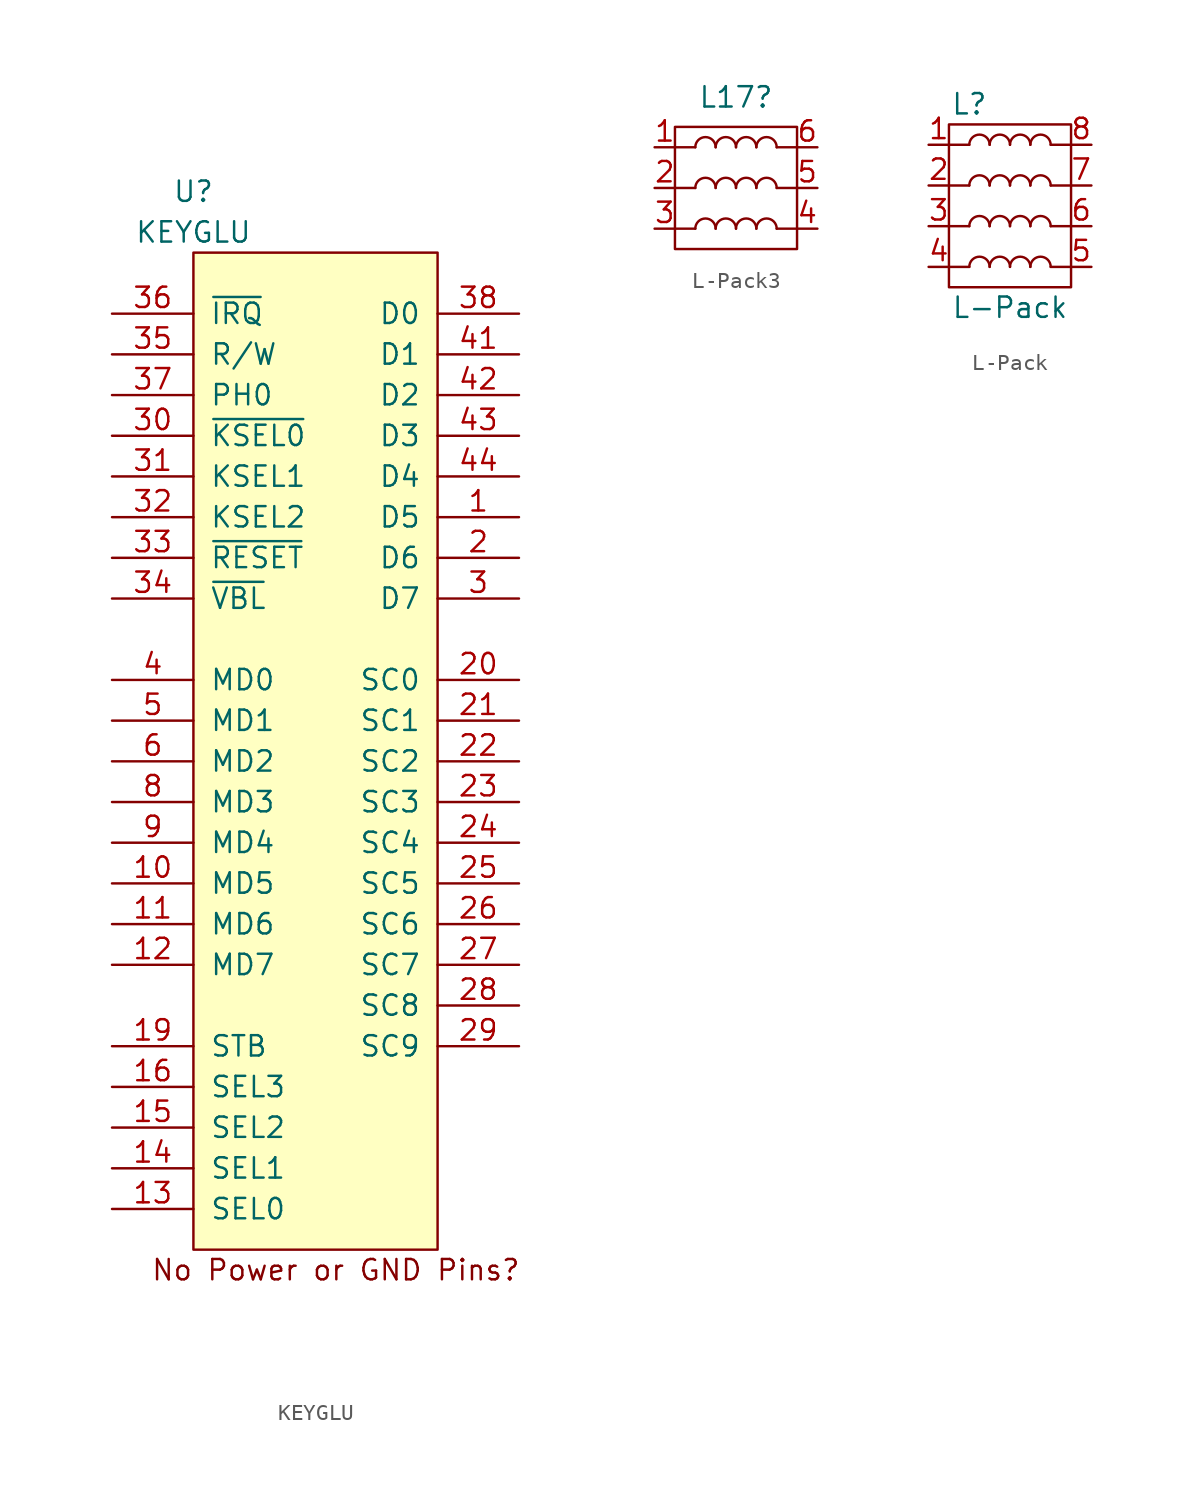
<source format=kicad_sym>
(kicad_symbol_lib
  (version 20211014)
  (generator kicad_symbol_editor)
  (symbol "KEYGLU"
    (pin_names
      (offset 1.016))
    (property "Reference" "U"
      (at -7.62 34.29 0)
      (effects (font (size 1.27 1.27))))
    (property "Value" "KEYGLU"
      (at -7.62 31.75 0)
      (effects (font (size 1.27 1.27))))
    (symbol "KEYGLU_0_0"
      (rectangle (start -7.62 30.48) (end 7.62 -31.75) (stroke (width 0) (type default) (color 0 0 0 0)) (fill (type background)))
      (text "No Power or GND Pins?" (at 1.27 -33.02 0) (effects (font (size 1.27 1.27)))))
    (symbol "KEYGLU_1_1"
      (pin input line (at 12.7 13.97 180) (length 5.08) (name "D5" (effects (font (size 1.27 1.27)))) (number "1" (effects (font (size 1.27 1.27)))))
      (pin input line (at -12.7 -8.89 0) (length 5.08) (name "MD5" (effects (font (size 1.27 1.27)))) (number "10" (effects (font (size 1.27 1.27)))))
      (pin input line (at -12.7 -11.43 0) (length 5.08) (name "MD6" (effects (font (size 1.27 1.27)))) (number "11" (effects (font (size 1.27 1.27)))))
      (pin input line (at -12.7 -13.97 0) (length 5.08) (name "MD7" (effects (font (size 1.27 1.27)))) (number "12" (effects (font (size 1.27 1.27)))))
      (pin input line (at -12.7 -29.21 0) (length 5.08) (name "SEL0" (effects (font (size 1.27 1.27)))) (number "13" (effects (font (size 1.27 1.27)))))
      (pin input line (at -12.7 -26.67 0) (length 5.08) (name "SEL1" (effects (font (size 1.27 1.27)))) (number "14" (effects (font (size 1.27 1.27)))))
      (pin input line (at -12.7 -24.13 0) (length 5.08) (name "SEL2" (effects (font (size 1.27 1.27)))) (number "15" (effects (font (size 1.27 1.27)))))
      (pin input line (at -12.7 -21.59 0) (length 5.08) (name "SEL3" (effects (font (size 1.27 1.27)))) (number "16" (effects (font (size 1.27 1.27)))))
      (pin input line (at -12.7 -19.05 0) (length 5.08) (name "STB" (effects (font (size 1.27 1.27)))) (number "19" (effects (font (size 1.27 1.27)))))
      (pin input line (at 12.7 11.43 180) (length 5.08) (name "D6" (effects (font (size 1.27 1.27)))) (number "2" (effects (font (size 1.27 1.27)))))
      (pin input line (at 12.7 3.81 180) (length 5.08) (name "SC0" (effects (font (size 1.27 1.27)))) (number "20" (effects (font (size 1.27 1.27)))))
      (pin input line (at 12.7 1.27 180) (length 5.08) (name "SC1" (effects (font (size 1.27 1.27)))) (number "21" (effects (font (size 1.27 1.27)))))
      (pin input line (at 12.7 -1.27 180) (length 5.08) (name "SC2" (effects (font (size 1.27 1.27)))) (number "22" (effects (font (size 1.27 1.27)))))
      (pin input line (at 12.7 -3.81 180) (length 5.08) (name "SC3" (effects (font (size 1.27 1.27)))) (number "23" (effects (font (size 1.27 1.27)))))
      (pin input line (at 12.7 -6.35 180) (length 5.08) (name "SC4" (effects (font (size 1.27 1.27)))) (number "24" (effects (font (size 1.27 1.27)))))
      (pin input line (at 12.7 -8.89 180) (length 5.08) (name "SC5" (effects (font (size 1.27 1.27)))) (number "25" (effects (font (size 1.27 1.27)))))
      (pin input line (at 12.7 -11.43 180) (length 5.08) (name "SC6" (effects (font (size 1.27 1.27)))) (number "26" (effects (font (size 1.27 1.27)))))
      (pin input line (at 12.7 -13.97 180) (length 5.08) (name "SC7" (effects (font (size 1.27 1.27)))) (number "27" (effects (font (size 1.27 1.27)))))
      (pin input line (at 12.7 -16.51 180) (length 5.08) (name "SC8" (effects (font (size 1.27 1.27)))) (number "28" (effects (font (size 1.27 1.27)))))
      (pin input line (at 12.7 -19.05 180) (length 5.08) (name "SC9" (effects (font (size 1.27 1.27)))) (number "29" (effects (font (size 1.27 1.27)))))
      (pin input line (at 12.7 8.89 180) (length 5.08) (name "D7" (effects (font (size 1.27 1.27)))) (number "3" (effects (font (size 1.27 1.27)))))
      (pin input line (at -12.7 19.05 0) (length 5.08) (name "~{KSEL0}" (effects (font (size 1.27 1.27)))) (number "30" (effects (font (size 1.27 1.27)))))
      (pin input line (at -12.7 16.51 0) (length 5.08) (name "KSEL1" (effects (font (size 1.27 1.27)))) (number "31" (effects (font (size 1.27 1.27)))))
      (pin input line (at -12.7 13.97 0) (length 5.08) (name "KSEL2" (effects (font (size 1.27 1.27)))) (number "32" (effects (font (size 1.27 1.27)))))
      (pin input line (at -12.7 11.43 0) (length 5.08) (name "~{RESET}" (effects (font (size 1.27 1.27)))) (number "33" (effects (font (size 1.27 1.27)))))
      (pin input line (at -12.7 8.89 0) (length 5.08) (name "~{VBL}" (effects (font (size 1.27 1.27)))) (number "34" (effects (font (size 1.27 1.27)))))
      (pin input line (at -12.7 24.13 0) (length 5.08) (name "R/W" (effects (font (size 1.27 1.27)))) (number "35" (effects (font (size 1.27 1.27)))))
      (pin input line (at -12.7 26.67 0) (length 5.08) (name "~{IRQ}" (effects (font (size 1.27 1.27)))) (number "36" (effects (font (size 1.27 1.27)))))
      (pin input line (at -12.7 21.59 0) (length 5.08) (name "PH0" (effects (font (size 1.27 1.27)))) (number "37" (effects (font (size 1.27 1.27)))))
      (pin input line (at 12.7 26.67 180) (length 5.08) (name "D0" (effects (font (size 1.27 1.27)))) (number "38" (effects (font (size 1.27 1.27)))))
      (pin input line (at -12.7 3.81 0) (length 5.08) (name "MD0" (effects (font (size 1.27 1.27)))) (number "4" (effects (font (size 1.27 1.27)))))
      (pin input line (at 12.7 24.13 180) (length 5.08) (name "D1" (effects (font (size 1.27 1.27)))) (number "41" (effects (font (size 1.27 1.27)))))
      (pin input line (at 12.7 21.59 180) (length 5.08) (name "D2" (effects (font (size 1.27 1.27)))) (number "42" (effects (font (size 1.27 1.27)))))
      (pin input line (at 12.7 19.05 180) (length 5.08) (name "D3" (effects (font (size 1.27 1.27)))) (number "43" (effects (font (size 1.27 1.27)))))
      (pin input line (at 12.7 16.51 180) (length 5.08) (name "D4" (effects (font (size 1.27 1.27)))) (number "44" (effects (font (size 1.27 1.27)))))
      (pin input line (at -12.7 1.27 0) (length 5.08) (name "MD1" (effects (font (size 1.27 1.27)))) (number "5" (effects (font (size 1.27 1.27)))))
      (pin input line (at -12.7 -1.27 0) (length 5.08) (name "MD2" (effects (font (size 1.27 1.27)))) (number "6" (effects (font (size 1.27 1.27)))))
      (pin input line (at -12.7 -3.81 0) (length 5.08) (name "MD3" (effects (font (size 1.27 1.27)))) (number "8" (effects (font (size 1.27 1.27)))))
      (pin input line (at -12.7 -6.35 0) (length 5.08) (name "MD4" (effects (font (size 1.27 1.27)))) (number "9" (effects (font (size 1.27 1.27)))))))
  (symbol "L-Pack3"
    (pin_names
      (offset 0.025) hide)
    (property "Reference" "L17"
      (at 0 6.934 0)
      (effects (font (size 1.27 1.27))))
    (symbol "L-Pack3_0_1"
      (arc (start -1.27 3.81) (mid -1.905 4.445) (end -2.54 3.81) (stroke (width 0) (type default) (color 0 0 0 0)) (fill (type none)))
      (polyline (pts (xy -2.54 -1.27) (xy -3.81 -1.27)) (stroke (width 0) (type default) (color 0 0 0 0)) (fill (type none)))
      (polyline (pts (xy -2.54 1.27) (xy -3.81 1.27)) (stroke (width 0) (type default) (color 0 0 0 0)) (fill (type none)))
      (polyline (pts (xy -2.54 3.81) (xy -3.81 3.81)) (stroke (width 0) (type default) (color 0 0 0 0)) (fill (type none)))
      (polyline (pts (xy 2.54 -1.27) (xy 3.81 -1.27)) (stroke (width 0) (type default) (color 0 0 0 0)) (fill (type none)))
      (polyline (pts (xy 2.54 1.27) (xy 3.81 1.27)) (stroke (width 0) (type default) (color 0 0 0 0)) (fill (type none)))
      (polyline (pts (xy 2.54 3.81) (xy 3.81 3.81)) (stroke (width 0) (type default) (color 0 0 0 0)) (fill (type none)))
      (arc (start 0 3.81) (mid -0.635 4.445) (end -1.27 3.81) (stroke (width 0) (type default) (color 0 0 0 0)) (fill (type none)))
      (arc (start 1.27 3.81) (mid 0.635 4.445) (end 0 3.81) (stroke (width 0) (type default) (color 0 0 0 0)) (fill (type none)))
      (arc (start 2.54 3.81) (mid 1.905 4.445) (end 1.27 3.81) (stroke (width 0) (type default) (color 0 0 0 0)) (fill (type none)))
      (rectangle (start 3.81 -2.54) (end -3.81 5.08) (stroke (width 0) (type default) (color 0 0 0 0)) (fill (type none))))
    (symbol "L-Pack3_1_1"
      (arc (start -1.27 -1.27) (mid -1.905 -0.635) (end -2.54 -1.27) (stroke (width 0) (type default) (color 0 0 0 0)) (fill (type none)))
      (arc (start -1.27 1.27) (mid -1.905 1.905) (end -2.54 1.27) (stroke (width 0) (type default) (color 0 0 0 0)) (fill (type none)))
      (arc (start 0 -1.27) (mid -0.635 -0.635) (end -1.27 -1.27) (stroke (width 0) (type default) (color 0 0 0 0)) (fill (type none)))
      (arc (start 0 1.27) (mid -0.635 1.905) (end -1.27 1.27) (stroke (width 0) (type default) (color 0 0 0 0)) (fill (type none)))
      (arc (start 1.27 -1.27) (mid 0.635 -0.635) (end 0 -1.27) (stroke (width 0) (type default) (color 0 0 0 0)) (fill (type none)))
      (arc (start 1.27 1.27) (mid 0.635 1.905) (end 0 1.27) (stroke (width 0) (type default) (color 0 0 0 0)) (fill (type none)))
      (arc (start 2.54 -1.27) (mid 1.905 -0.635) (end 1.27 -1.27) (stroke (width 0) (type default) (color 0 0 0 0)) (fill (type none)))
      (arc (start 2.54 1.27) (mid 1.905 1.905) (end 1.27 1.27) (stroke (width 0) (type default) (color 0 0 0 0)) (fill (type none)))
      (pin passive line (at -5.08 3.81 0) (length 1.27) (name "1" (effects (font (size 1.27 1.27)))) (number "1" (effects (font (size 1.27 1.27)))))
      (pin passive line (at -5.08 1.27 0) (length 1.27) (name "2" (effects (font (size 1.27 1.27)))) (number "2" (effects (font (size 1.27 1.27)))))
      (pin passive line (at -5.08 -1.27 0) (length 1.27) (name "3" (effects (font (size 1.27 1.27)))) (number "3" (effects (font (size 1.27 1.27)))))
      (pin passive line (at 5.08 -1.27 180) (length 1.27) (name "4" (effects (font (size 1.27 1.27)))) (number "4" (effects (font (size 1.27 1.27)))))
      (pin passive line (at 5.08 1.27 180) (length 1.27) (name "5" (effects (font (size 1.27 1.27)))) (number "5" (effects (font (size 1.27 1.27)))))
      (pin passive line (at 5.08 3.81 180) (length 1.27) (name "6" (effects (font (size 1.27 1.27)))) (number "6" (effects (font (size 1.27 1.27)))))))
  (symbol "L-Pack"
    (pin_names
      (offset 0.025) hide)
    (property "Reference" "L"
      (at -2.54 6.35 0)
      (effects (font (size 1.27 1.27))))
    (property "Value" "L-Pack"
      (at 0 -6.35 0)
      (effects (font (size 1.27 1.27))))
    (symbol "L-Pack_0_1"
      (arc (start -1.27 3.81) (mid -1.905 4.445) (end -2.54 3.81) (stroke (width 0) (type default) (color 0 0 0 0)) (fill (type none)))
      (polyline (pts (xy -2.54 -3.81) (xy -3.81 -3.81)) (stroke (width 0) (type default) (color 0 0 0 0)) (fill (type none)))
      (polyline (pts (xy -2.54 -1.27) (xy -3.81 -1.27)) (stroke (width 0) (type default) (color 0 0 0 0)) (fill (type none)))
      (polyline (pts (xy -2.54 1.27) (xy -3.81 1.27)) (stroke (width 0) (type default) (color 0 0 0 0)) (fill (type none)))
      (polyline (pts (xy -2.54 3.81) (xy -3.81 3.81)) (stroke (width 0) (type default) (color 0 0 0 0)) (fill (type none)))
      (polyline (pts (xy 2.54 -3.81) (xy 3.81 -3.81)) (stroke (width 0) (type default) (color 0 0 0 0)) (fill (type none)))
      (polyline (pts (xy 2.54 -1.27) (xy 3.81 -1.27)) (stroke (width 0) (type default) (color 0 0 0 0)) (fill (type none)))
      (polyline (pts (xy 2.54 1.27) (xy 3.81 1.27)) (stroke (width 0) (type default) (color 0 0 0 0)) (fill (type none)))
      (polyline (pts (xy 2.54 3.81) (xy 3.81 3.81)) (stroke (width 0) (type default) (color 0 0 0 0)) (fill (type none)))
      (arc (start 0 3.81) (mid -0.635 4.445) (end -1.27 3.81) (stroke (width 0) (type default) (color 0 0 0 0)) (fill (type none)))
      (arc (start 1.27 3.81) (mid 0.635 4.445) (end 0 3.81) (stroke (width 0) (type default) (color 0 0 0 0)) (fill (type none)))
      (arc (start 2.54 3.81) (mid 1.905 4.445) (end 1.27 3.81) (stroke (width 0) (type default) (color 0 0 0 0)) (fill (type none)))
      (rectangle (start 3.81 -5.08) (end -3.81 5.08) (stroke (width 0) (type default) (color 0 0 0 0)) (fill (type none))))
    (symbol "L-Pack_1_1"
      (arc (start -1.27 -3.81) (mid -1.905 -3.175) (end -2.54 -3.81) (stroke (width 0) (type default) (color 0 0 0 0)) (fill (type none)))
      (arc (start -1.27 -1.27) (mid -1.905 -0.635) (end -2.54 -1.27) (stroke (width 0) (type default) (color 0 0 0 0)) (fill (type none)))
      (arc (start -1.27 1.27) (mid -1.905 1.905) (end -2.54 1.27) (stroke (width 0) (type default) (color 0 0 0 0)) (fill (type none)))
      (arc (start 0 -3.81) (mid -0.635 -3.175) (end -1.27 -3.81) (stroke (width 0) (type default) (color 0 0 0 0)) (fill (type none)))
      (arc (start 0 -1.27) (mid -0.635 -0.635) (end -1.27 -1.27) (stroke (width 0) (type default) (color 0 0 0 0)) (fill (type none)))
      (arc (start 0 1.27) (mid -0.635 1.905) (end -1.27 1.27) (stroke (width 0) (type default) (color 0 0 0 0)) (fill (type none)))
      (arc (start 1.27 -3.81) (mid 0.635 -3.175) (end 0 -3.81) (stroke (width 0) (type default) (color 0 0 0 0)) (fill (type none)))
      (arc (start 1.27 -1.27) (mid 0.635 -0.635) (end 0 -1.27) (stroke (width 0) (type default) (color 0 0 0 0)) (fill (type none)))
      (arc (start 1.27 1.27) (mid 0.635 1.905) (end 0 1.27) (stroke (width 0) (type default) (color 0 0 0 0)) (fill (type none)))
      (arc (start 2.54 -3.81) (mid 1.905 -3.175) (end 1.27 -3.81) (stroke (width 0) (type default) (color 0 0 0 0)) (fill (type none)))
      (arc (start 2.54 -1.27) (mid 1.905 -0.635) (end 1.27 -1.27) (stroke (width 0) (type default) (color 0 0 0 0)) (fill (type none)))
      (arc (start 2.54 1.27) (mid 1.905 1.905) (end 1.27 1.27) (stroke (width 0) (type default) (color 0 0 0 0)) (fill (type none)))
      (pin passive line (at -5.08 3.81 0) (length 1.27) (name "1" (effects (font (size 1.27 1.27)))) (number "1" (effects (font (size 1.27 1.27)))))
      (pin passive line (at -5.08 1.27 0) (length 1.27) (name "2" (effects (font (size 1.27 1.27)))) (number "2" (effects (font (size 1.27 1.27)))))
      (pin passive line (at -5.08 -1.27 0) (length 1.27) (name "3" (effects (font (size 1.27 1.27)))) (number "3" (effects (font (size 1.27 1.27)))))
      (pin passive line (at -5.08 -3.81 0) (length 1.27) (name "4" (effects (font (size 1.27 1.27)))) (number "4" (effects (font (size 1.27 1.27)))))
      (pin passive line (at 5.08 -3.81 180) (length 1.27) (name "5" (effects (font (size 1.27 1.27)))) (number "5" (effects (font (size 1.27 1.27)))))
      (pin passive line (at 5.08 -1.27 180) (length 1.27) (name "6" (effects (font (size 1.27 1.27)))) (number "6" (effects (font (size 1.27 1.27)))))
      (pin passive line (at 5.08 1.27 180) (length 1.27) (name "7" (effects (font (size 1.27 1.27)))) (number "7" (effects (font (size 1.27 1.27)))))
      (pin passive line (at 5.08 3.81 180) (length 1.27) (name "8" (effects (font (size 1.27 1.27)))) (number "8" (effects (font (size 1.27 1.27))))))))
</source>
